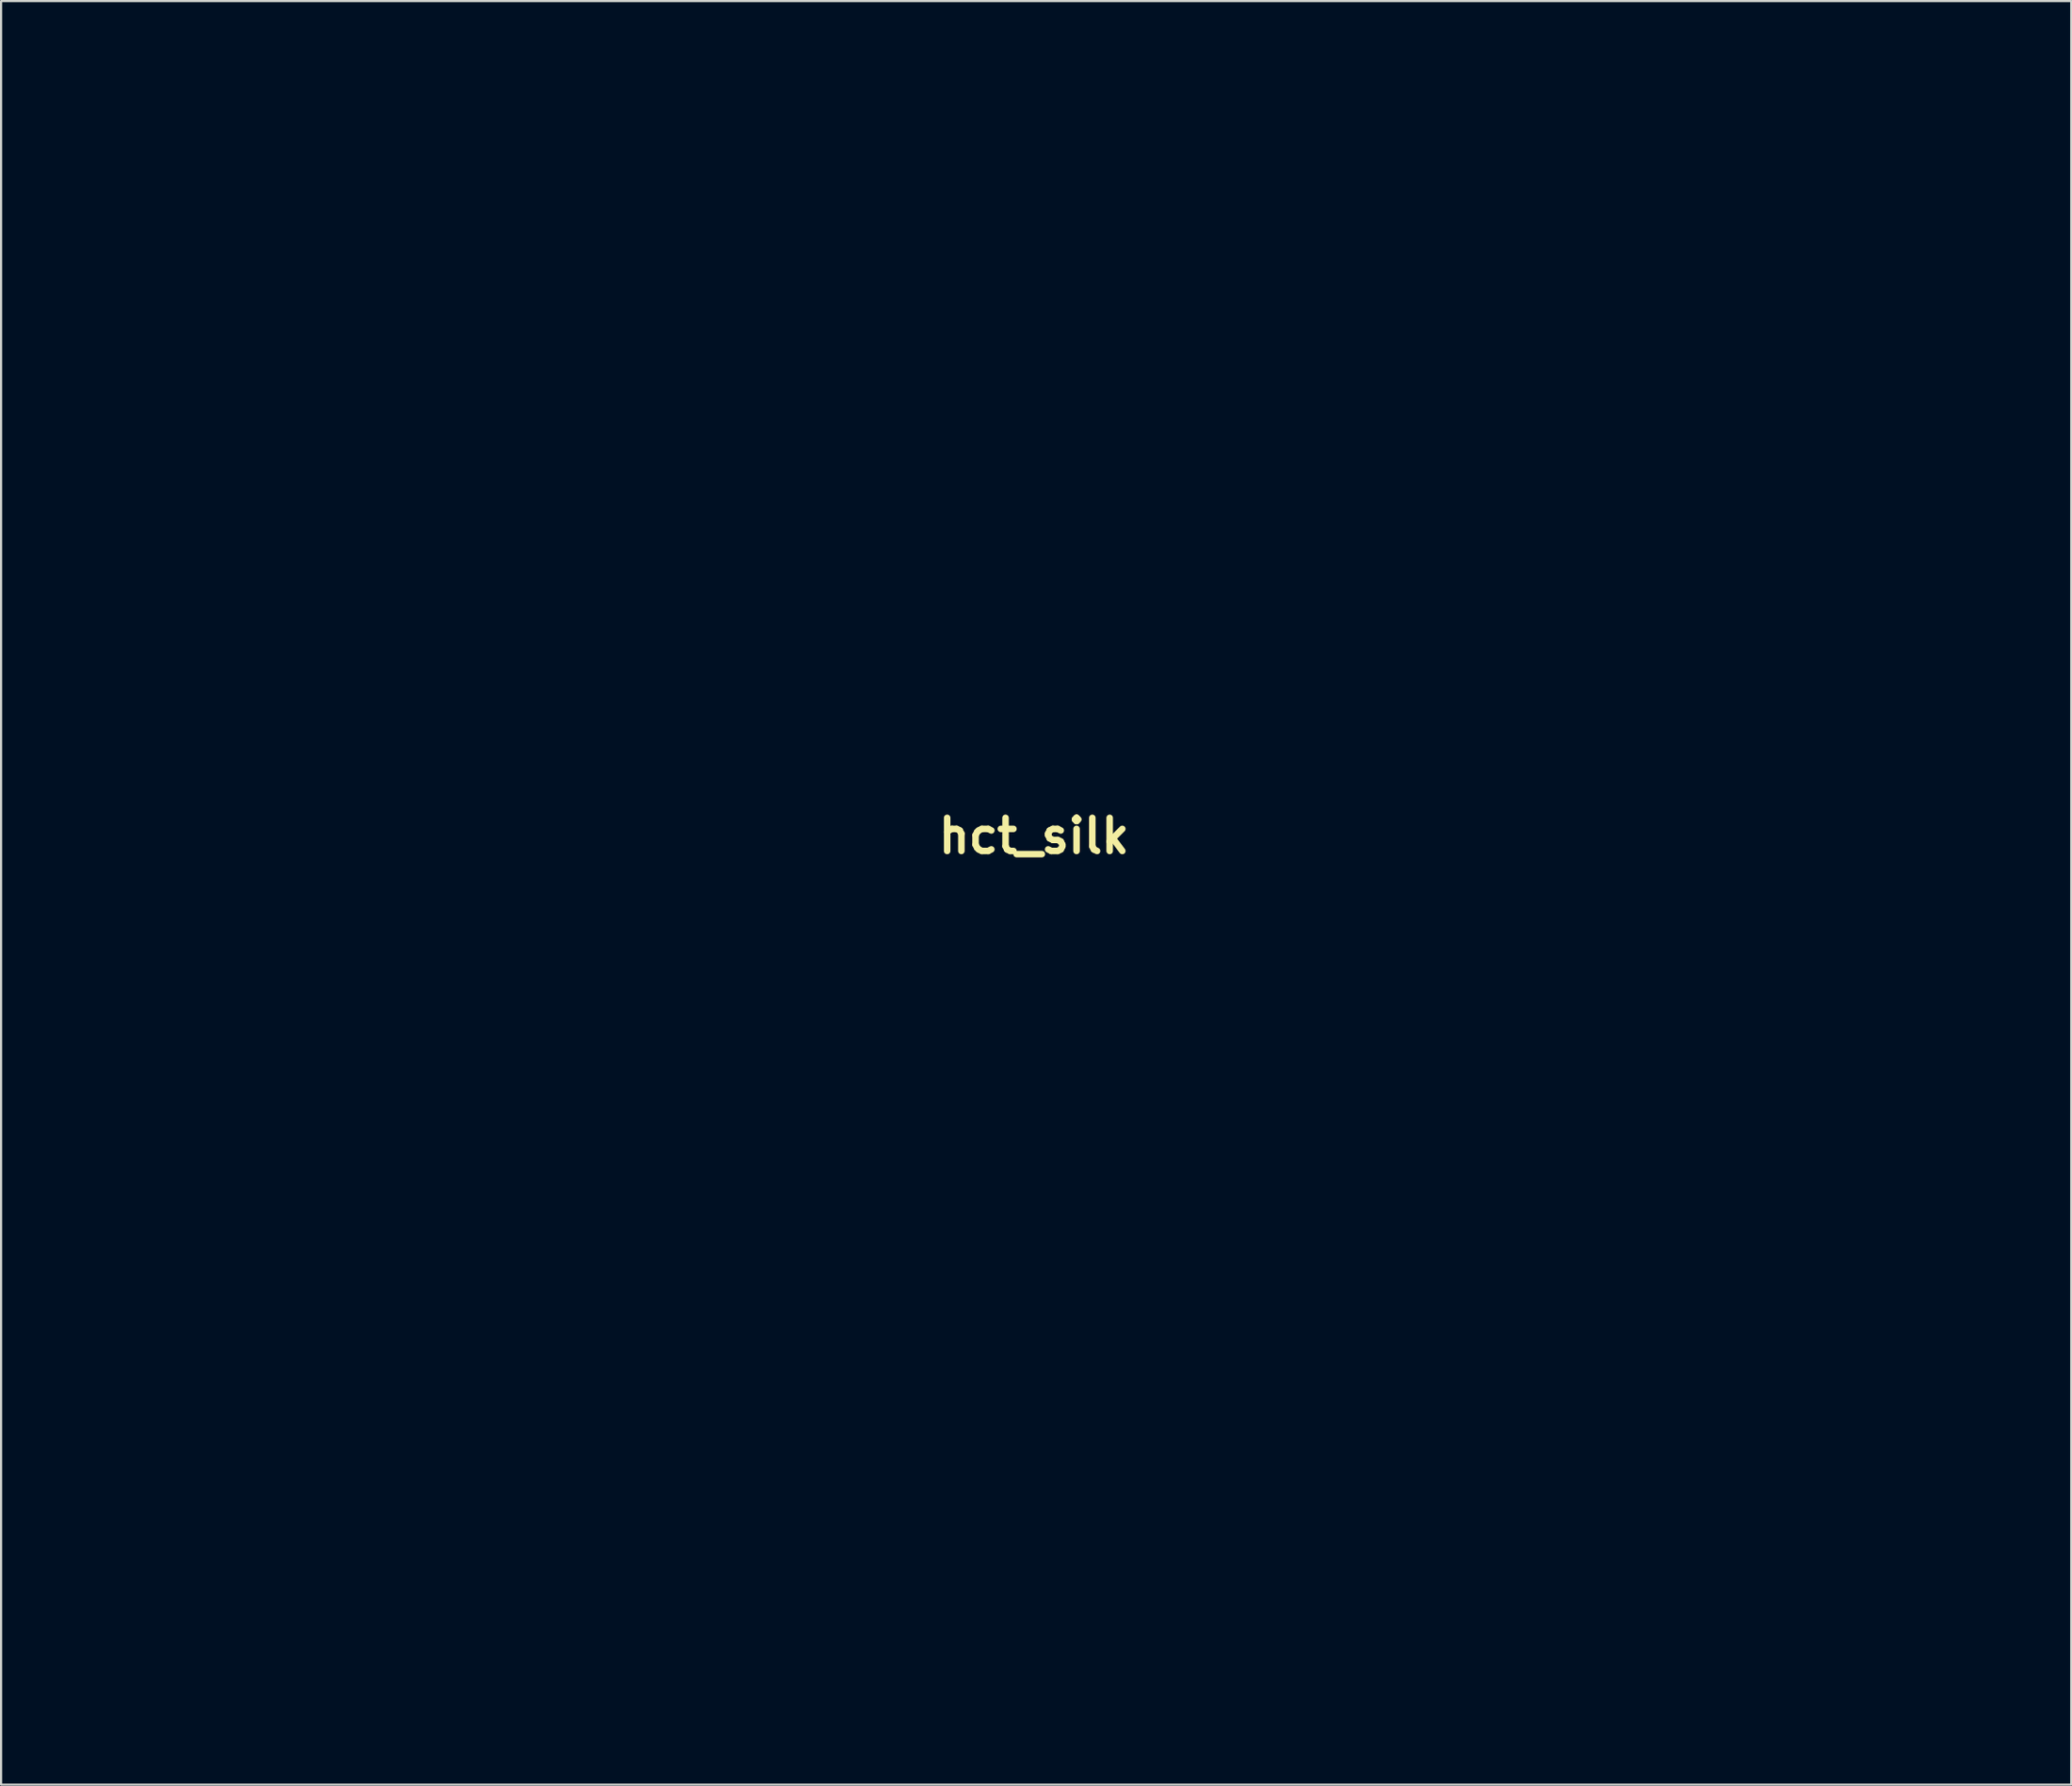
<source format=kicad_pcb>
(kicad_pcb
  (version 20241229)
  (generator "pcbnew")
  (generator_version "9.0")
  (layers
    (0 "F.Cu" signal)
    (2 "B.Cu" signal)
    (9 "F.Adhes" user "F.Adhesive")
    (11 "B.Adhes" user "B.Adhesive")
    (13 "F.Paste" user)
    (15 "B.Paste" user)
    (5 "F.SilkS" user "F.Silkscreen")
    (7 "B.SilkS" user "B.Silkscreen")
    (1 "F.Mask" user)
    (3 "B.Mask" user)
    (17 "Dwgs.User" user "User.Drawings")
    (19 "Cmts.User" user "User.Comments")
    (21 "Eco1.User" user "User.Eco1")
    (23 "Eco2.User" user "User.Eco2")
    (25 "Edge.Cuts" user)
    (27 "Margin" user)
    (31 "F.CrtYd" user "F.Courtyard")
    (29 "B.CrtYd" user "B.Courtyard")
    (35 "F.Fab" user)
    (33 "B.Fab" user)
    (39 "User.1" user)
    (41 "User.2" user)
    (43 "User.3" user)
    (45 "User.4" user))
  (footprint "hct_silk"
    (layer "F.Cu")
    (at 44.506 35.414)
    (property "Reference" "hct_silk" (at 0 0 0) (layer "F.SilkS") (effects (font (size 1.524 1.524) (thickness 0.3))))
    (attr through_hole)
    (fp_poly (pts (xy -44.298 38.303) (xy -44.399 38.405) (xy -44.501 38.303) (xy -44.399 38.202) (xy -44.298 38.303)) (stroke (width 0.01) (type solid)) (fill yes) (layer "F.Mask"))
    (fp_poly (pts (xy -43.078 38.303) (xy -43.18 38.405) (xy -43.282 38.303) (xy -43.18 38.202) (xy -43.078 38.303)) (stroke (width 0.01) (type solid)) (fill yes) (layer "F.Mask"))
    (fp_poly (pts (xy -42.266 38.913) (xy -42.367 39.014) (xy -42.469 38.913) (xy -42.367 38.811) (xy -42.266 38.913)) (stroke (width 0.01) (type solid)) (fill yes) (layer "F.Mask"))
    (fp_poly (pts (xy -21.946 24.689) (xy -22.047 24.79) (xy -22.149 24.689) (xy -22.047 24.587) (xy -21.946 24.689)) (stroke (width 0.01) (type solid)) (fill yes) (layer "F.Mask"))
    (fp_poly (pts (xy -10.77 8.636) (xy -10.871 8.738) (xy -10.973 8.636) (xy -10.871 8.534) (xy -10.77 8.636)) (stroke (width 0.01) (type solid)) (fill yes) (layer "F.Mask"))
    (fp_poly (pts (xy -10.566 9.042) (xy -10.668 9.144) (xy -10.77 9.042) (xy -10.668 8.941) (xy -10.566 9.042)) (stroke (width 0.01) (type solid)) (fill yes) (layer "F.Mask"))
    (fp_poly (pts (xy -10.363 9.449) (xy -10.465 9.55) (xy -10.566 9.449) (xy -10.465 9.347) (xy -10.363 9.449)) (stroke (width 0.01) (type solid)) (fill yes) (layer "F.Mask"))
    (fp_poly (pts (xy -7.722 23.876) (xy -7.823 23.978) (xy -7.925 23.876) (xy -7.823 23.774) (xy -7.722 23.876)) (stroke (width 0.01) (type solid)) (fill yes) (layer "F.Mask"))
    (fp_poly (pts (xy 6.299 20.422) (xy 6.198 20.523) (xy 6.096 20.422) (xy 6.198 20.32) (xy 6.299 20.422)) (stroke (width 0.01) (type solid)) (fill yes) (layer "F.Mask"))
    (fp_poly (pts (xy 18.898 -18.694) (xy 17.069 -18.694) (xy 17.069 -28.448) (xy 18.898 -28.448) (xy 18.898 -18.694)) (stroke (width 0.01) (type solid)) (fill yes) (layer "F.Mask"))
    (fp_poly (pts (xy -10.228 9.821) (xy -10.203 10.062) (xy -10.228 10.092) (xy -10.349 10.064) (xy -10.363 9.957) (xy -10.289 9.79) (xy -10.228 9.821)) (stroke (width 0.01) (type solid)) (fill yes) (layer "F.Mask"))
    (fp_poly (pts (xy 6.841 7.18) (xy 6.865 7.421) (xy 6.841 7.451) (xy 6.72 7.423) (xy 6.706 7.315) (xy 6.78 7.148) (xy 6.841 7.18)) (stroke (width 0.01) (type solid)) (fill yes) (layer "F.Mask"))
    (fp_poly (pts (xy 13.139 18.034) (xy 13.166 18.45) (xy 13.139 18.542) (xy 13.065 18.568) (xy 13.037 18.288) (xy 13.069 18) (xy 13.139 18.034)) (stroke (width 0.01) (type solid)) (fill yes) (layer "F.Mask"))
    (fp_poly (pts (xy 13.343 19.05) (xy 13.369 19.466) (xy 13.343 19.558) (xy 13.268 19.584) (xy 13.24 19.304) (xy 13.272 19.016) (xy 13.343 19.05)) (stroke (width 0.01) (type solid)) (fill yes) (layer "F.Mask"))
    (fp_poly (pts (xy 13.547 20.388) (xy 13.571 20.629) (xy 13.547 20.659) (xy 13.426 20.631) (xy 13.411 20.523) (xy 13.486 20.356) (xy 13.547 20.388)) (stroke (width 0.01) (type solid)) (fill yes) (layer "F.Mask"))
    (fp_poly (pts (xy 13.952 22.708) (xy 13.979 23.124) (xy 13.952 23.216) (xy 13.878 23.241) (xy 13.85 22.962) (xy 13.882 22.673) (xy 13.952 22.708)) (stroke (width 0.01) (type solid)) (fill yes) (layer "F.Mask"))
    (fp_poly (pts (xy -44.126 38.69) (xy -43.908 38.895) (xy -43.952 39.012) (xy -43.981 39.014) (xy -44.153 38.87) (xy -44.215 38.78) (xy -44.239 38.641) (xy -44.126 38.69)) (stroke (width 0.01) (type solid)) (fill yes) (layer "F.Mask"))
    (fp_poly (pts (xy -11.43 7.804) (xy -11.046 8.164) (xy -10.991 8.321) (xy -11.043 8.331) (xy -11.209 8.194) (xy -11.5 7.874) (xy -11.887 7.417) (xy -11.43 7.804)) (stroke (width 0.01) (type solid)) (fill yes) (layer "F.Mask"))
    (fp_poly (pts (xy 6.284 12.782) (xy 6.461 13.014) (xy 6.631 13.349) (xy 6.555 13.371) (xy 6.295 13.101) (xy 6.122 12.811) (xy 6.126 12.704) (xy 6.284 12.782)) (stroke (width 0.01) (type solid)) (fill yes) (layer "F.Mask"))
    (fp_poly (pts (xy -41.366 39.497) (xy -41.296 39.662) (xy -41.531 39.939) (xy -41.874 39.853) (xy -42.02 39.717) (xy -42.15 39.503) (xy -41.962 39.427) (xy -41.749 39.421) (xy -41.366 39.497)) (stroke (width 0.01) (type solid)) (fill yes) (layer "F.Mask"))
    (fp_poly (pts (xy -14.834 27.628) (xy -14.994 27.861) (xy -15.291 28.064) (xy -15.601 28.217) (xy -15.608 28.156) (xy -15.361 27.868) (xy -15.021 27.516) (xy -14.866 27.461) (xy -14.834 27.628)) (stroke (width 0.01) (type solid)) (fill yes) (layer "F.Mask"))
    (fp_poly (pts (xy -13.922 26.561) (xy -14.068 26.822) (xy -14.336 27.14) (xy -14.508 27.229) (xy -14.529 27.105) (xy -14.326 26.822) (xy -14.031 26.523) (xy -13.886 26.416) (xy -13.922 26.561)) (stroke (width 0.01) (type solid)) (fill yes) (layer "F.Mask"))
    (fp_poly (pts (xy 6.836 6.116) (xy 6.846 6.151) (xy 6.876 6.593) (xy 6.839 6.76) (xy 6.772 6.767) (xy 6.745 6.449) (xy 6.745 6.401) (xy 6.775 6.086) (xy 6.836 6.116)) (stroke (width 0.01) (type solid)) (fill yes) (layer "F.Mask"))
    (fp_poly (pts (xy 7.286 9.495) (xy 7.315 9.64) (xy 7.209 9.918) (xy 7.112 9.957) (xy 6.915 9.811) (xy 6.909 9.766) (xy 7.057 9.49) (xy 7.112 9.449) (xy 7.286 9.495)) (stroke (width 0.01) (type solid)) (fill yes) (layer "F.Mask"))
    (fp_poly (pts (xy 10.503 -3.12) (xy 10.465 -3.048) (xy 10.273 -2.854) (xy 10.238 -2.845) (xy 10.224 -2.976) (xy 10.262 -3.048) (xy 10.453 -3.242) (xy 10.489 -3.251) (xy 10.503 -3.12)) (stroke (width 0.01) (type solid)) (fill yes) (layer "F.Mask"))
    (fp_poly (pts (xy 13.745 21.559) (xy 13.755 21.594) (xy 13.785 22.036) (xy 13.748 22.203) (xy 13.681 22.21) (xy 13.654 21.892) (xy 13.654 21.844) (xy 13.683 21.529) (xy 13.745 21.559)) (stroke (width 0.01) (type solid)) (fill yes) (layer "F.Mask"))
    (fp_poly (pts (xy 33.528 9.34) (xy 33.368 9.573) (xy 33.071 9.776) (xy 32.761 9.929) (xy 32.753 9.868) (xy 33.001 9.58) (xy 33.34 9.228) (xy 33.496 9.173) (xy 33.528 9.34)) (stroke (width 0.01) (type solid)) (fill yes) (layer "F.Mask"))
    (fp_poly (pts (xy 34.44 8.273) (xy 34.294 8.534) (xy 34.025 8.852) (xy 33.854 8.941) (xy 33.833 8.817) (xy 34.036 8.534) (xy 34.331 8.235) (xy 34.476 8.128) (xy 34.44 8.273)) (stroke (width 0.01) (type solid)) (fill yes) (layer "F.Mask"))
    (fp_poly (pts (xy -43.989 -12.741) (xy -44.044 -12.487) (xy -44.115 -12.344) (xy -44.354 -11.914) (xy -44.467 -11.841) (xy -44.5 -12.115) (xy -44.501 -12.26) (xy -44.399 -12.696) (xy -44.189 -12.802) (xy -43.989 -12.741)) (stroke (width 0.01) (type solid)) (fill yes) (layer "F.Mask"))
    (fp_poly (pts (xy 5.833 16.177) (xy 5.706 16.335) (xy 5.283 16.723) (xy 4.995 16.91) (xy 4.707 17.046) (xy 4.733 16.945) (xy 4.86 16.786) (xy 5.284 16.399) (xy 5.571 16.212) (xy 5.86 16.075) (xy 5.833 16.177)) (stroke (width 0.01) (type solid)) (fill yes) (layer "F.Mask"))
    (fp_poly (pts (xy 17.438 11.681) (xy 17.386 11.86) (xy 17.117 12.111) (xy 16.777 12.321) (xy 16.561 12.382) (xy 16.553 12.274) (xy 16.804 12.01) (xy 16.844 11.977) (xy 17.211 11.727) (xy 17.434 11.677) (xy 17.438 11.681)) (stroke (width 0.01) (type solid)) (fill yes) (layer "F.Mask"))
    (fp_poly (pts (xy 25.197 -27.026) (xy 23.165 -27.026) (xy 23.165 -18.694) (xy 21.336 -18.694) (xy 21.336 -27.026) (xy 19.278 -27.026) (xy 19.342 -27.686) (xy 19.406 -28.346) (xy 22.301 -28.403) (xy 25.197 -28.459) (xy 25.197 -27.026)) (stroke (width 0.01) (type solid)) (fill yes) (layer "F.Mask"))
    (fp_poly (pts (xy 37.465 6.792) (xy 37.711 7.072) (xy 37.64 7.578) (xy 37.445 8.016) (xy 37.067 8.754) (xy 36.618 7.956) (xy 36.289 7.312) (xy 36.21 6.933) (xy 36.394 6.753) (xy 36.856 6.706) (xy 36.887 6.706) (xy 37.465 6.792)) (stroke (width 0.01) (type solid)) (fill yes) (layer "F.Mask"))
    (fp_poly (pts (xy -5.56 12.65) (xy -5.486 12.785) (xy -5.419 13.13) (xy -5.373 13.267) (xy -5.385 13.567) (xy -5.635 13.674) (xy -5.994 13.571) (xy -6.221 13.385) (xy -6.457 13.067) (xy -6.403 12.874) (xy -6.291 12.792) (xy -5.87 12.621) (xy -5.56 12.65)) (stroke (width 0.01) (type solid)) (fill yes) (layer "F.Mask"))
    (fp_poly (pts (xy 13.716 -23.08) (xy 13.773 -25.764) (xy 13.829 -28.448) (xy 15.646 -28.448) (xy 15.646 -18.694) (xy 13.919 -18.703) (xy 11.481 -24.238) (xy 11.424 -21.466) (xy 11.368 -18.694) (xy 9.55 -18.694) (xy 9.55 -28.448) (xy 10.44 -28.448) (xy 11.329 -28.448) (xy 13.716 -23.08)) (stroke (width 0.01) (type solid)) (fill yes) (layer "F.Mask"))
    (fp_poly (pts (xy -12.246 36.347) (xy -12.034 36.815) (xy -11.791 37.475) (xy -11.774 37.526) (xy -11.145 38.909) (xy -10.512 39.761) (xy -9.702 40.64) (xy -13.005 40.64) (xy -13.005 39.556) (xy -12.971 38.817) (xy -12.881 38.014) (xy -12.754 37.25) (xy -12.609 36.625) (xy -12.464 36.241) (xy -12.384 36.17) (xy -12.246 36.347)) (stroke (width 0.01) (type solid)) (fill yes) (layer "F.Mask"))
    (fp_poly (pts (xy 14.09 -35.23) (xy 14.207 -35.109) (xy 14.284 -34.826) (xy 14.332 -34.315) (xy 14.364 -33.509) (xy 14.383 -32.766) (xy 14.44 -30.277) (xy 13.399 -30.277) (xy 13.456 -32.766) (xy 13.484 -33.808) (xy 13.52 -34.511) (xy 13.576 -34.94) (xy 13.664 -35.163) (xy 13.798 -35.245) (xy 13.919 -35.255) (xy 14.09 -35.23)) (stroke (width 0.01) (type solid)) (fill yes) (layer "F.Mask"))
    (fp_poly (pts (xy -15.072 10.521) (xy -14.772 10.931) (xy -14.513 11.593) (xy -14.328 12.471) (xy -14.27 13.021) (xy -14.263 13.96) (xy -14.376 14.686) (xy -14.594 15.131) (xy -14.817 15.24) (xy -15.044 15.088) (xy -15.302 14.765) (xy -15.598 14.103) (xy -15.824 13.214) (xy -15.952 12.272) (xy -15.953 11.45) (xy -15.905 11.171) (xy -15.671 10.605) (xy -15.383 10.401) (xy -15.072 10.521)) (stroke (width 0.01) (type solid)) (fill yes) (layer "F.Mask"))
    (fp_poly (pts (xy 33.289 -7.767) (xy 33.59 -7.357) (xy 33.848 -6.695) (xy 34.034 -5.817) (xy 34.092 -5.267) (xy 34.099 -4.328) (xy 33.985 -3.602) (xy 33.767 -3.157) (xy 33.544 -3.048) (xy 33.318 -3.2) (xy 33.06 -3.523) (xy 32.764 -4.185) (xy 32.537 -5.074) (xy 32.409 -6.016) (xy 32.409 -6.838) (xy 32.457 -7.117) (xy 32.691 -7.683) (xy 32.979 -7.887) (xy 33.289 -7.767)) (stroke (width 0.01) (type solid)) (fill yes) (layer "F.Mask"))
    (fp_poly (pts (xy 17.049 -5.903) (xy 17.058 -5.899) (xy 17.521 -5.45) (xy 17.894 -4.719) (xy 18.149 -3.823) (xy 18.26 -2.881) (xy 18.2 -2.011) (xy 18.052 -1.534) (xy 17.716 -1.109) (xy 17.284 -1.074) (xy 16.773 -1.427) (xy 16.594 -1.623) (xy 16.159 -2.308) (xy 15.88 -3.089) (xy 15.749 -3.898) (xy 15.758 -4.664) (xy 15.9 -5.317) (xy 16.168 -5.788) (xy 16.554 -6.007) (xy 17.049 -5.903)) (stroke (width 0.01) (type solid)) (fill yes) (layer "F.Mask"))
    (fp_poly (pts (xy -17.901 14.129) (xy -17.805 14.203) (xy -17.506 14.627) (xy -17.28 15.282) (xy -17.131 16.074) (xy -17.064 16.913) (xy -17.082 17.706) (xy -17.189 18.361) (xy -17.389 18.786) (xy -17.611 18.898) (xy -17.867 18.727) (xy -18.148 18.3) (xy -18.224 18.136) (xy -18.457 17.382) (xy -18.603 16.503) (xy -18.655 15.623) (xy -18.607 14.869) (xy -18.452 14.366) (xy -18.429 14.333) (xy -18.158 14.067) (xy -17.901 14.129)) (stroke (width 0.01) (type solid)) (fill yes) (layer "F.Mask"))
    (fp_poly (pts (xy -3.888 -6.307) (xy -3.4 -5.824) (xy -2.932 -5.005) (xy -2.494 -3.665) (xy -2.449 -2.413) (xy -2.798 -1.237) (xy -2.94 -0.965) (xy -3.251 -0.434) (xy -3.471 -0.083) (xy -3.538 0) (xy -3.694 -0.132) (xy -4.002 -0.449) (xy -4.009 -0.457) (xy -4.547 -1.273) (xy -4.953 -2.338) (xy -5.197 -3.51) (xy -5.248 -4.645) (xy -5.096 -5.54) (xy -4.769 -6.173) (xy -4.356 -6.426) (xy -3.888 -6.307)) (stroke (width 0.01) (type solid)) (fill yes) (layer "F.Mask"))
    (fp_poly (pts (xy 5.173 -6.349) (xy 5.607 -6.015) (xy 6.014 -5.445) (xy 6.36 -4.676) (xy 6.611 -3.748) (xy 6.734 -2.699) (xy 6.741 -2.449) (xy 6.679 -1.373) (xy 6.482 -0.598) (xy 6.17 -0.147) (xy 5.763 -0.045) (xy 5.279 -0.314) (xy 5.135 -0.457) (xy 4.597 -1.273) (xy 4.191 -2.338) (xy 3.947 -3.51) (xy 3.896 -4.645) (xy 4.048 -5.54) (xy 4.36 -6.149) (xy 4.747 -6.406) (xy 5.173 -6.349)) (stroke (width 0.01) (type solid)) (fill yes) (layer "F.Mask"))
    (fp_poly (pts (xy 12.738 -2.121) (xy 13.241 -1.621) (xy 13.638 -0.848) (xy 13.903 0.073) (xy 14.009 1.019) (xy 13.929 1.863) (xy 13.704 2.393) (xy 13.413 2.741) (xy 13.132 2.801) (xy 12.832 2.703) (xy 12.529 2.413) (xy 12.205 1.841) (xy 11.908 1.108) (xy 11.686 0.335) (xy 11.586 -0.36) (xy 11.584 -0.435) (xy 11.674 -1.211) (xy 11.916 -1.804) (xy 12.261 -2.143) (xy 12.662 -2.158) (xy 12.738 -2.121)) (stroke (width 0.01) (type solid)) (fill yes) (layer "F.Mask"))
    (fp_poly (pts (xy 30.461 -4.159) (xy 30.556 -4.085) (xy 30.856 -3.661) (xy 31.082 -3.006) (xy 31.231 -2.214) (xy 31.298 -1.375) (xy 31.28 -0.582) (xy 31.173 0.073) (xy 30.973 0.498) (xy 30.751 0.61) (xy 30.495 0.439) (xy 30.214 0.012) (xy 30.137 -0.152) (xy 29.904 -0.906) (xy 29.758 -1.785) (xy 29.706 -2.665) (xy 29.754 -3.419) (xy 29.91 -3.922) (xy 29.932 -3.955) (xy 30.203 -4.221) (xy 30.461 -4.159)) (stroke (width 0.01) (type solid)) (fill yes) (layer "F.Mask"))
    (fp_poly (pts (xy -23.722 36.965) (xy -23.545 37.458) (xy -23.399 38.098) (xy -23.251 38.891) (xy -23.114 39.613) (xy -23.033 40.028) (xy -22.911 40.64) (xy -24.456 40.64) (xy -25.243 40.632) (xy -25.715 40.589) (xy -25.965 40.484) (xy -26.084 40.291) (xy -26.126 40.147) (xy -26.166 39.564) (xy -26.105 39.197) (xy -25.894 38.812) (xy -25.501 38.293) (xy -25.014 37.736) (xy -24.519 37.235) (xy -24.106 36.886) (xy -23.883 36.779) (xy -23.722 36.965)) (stroke (width 0.01) (type solid)) (fill yes) (layer "F.Mask"))
    (fp_poly (pts (xy -8.622 -1.488) (xy -8.163 -1.096) (xy -7.734 -0.386) (xy -7.424 0.447) (xy -7.198 1.501) (xy -7.128 2.547) (xy -7.203 3.492) (xy -7.417 4.241) (xy -7.762 4.702) (xy -7.785 4.717) (xy -8.11 4.858) (xy -8.381 4.73) (xy -8.58 4.521) (xy -9.116 3.692) (xy -9.538 2.626) (xy -9.811 1.464) (xy -9.904 0.345) (xy -9.783 -0.59) (xy -9.783 -0.591) (xy -9.471 -1.253) (xy -9.071 -1.547) (xy -8.622 -1.488)) (stroke (width 0.01) (type solid)) (fill yes) (layer "F.Mask"))
    (fp_poly (pts (xy 0.522 -1.488) (xy 0.981 -1.096) (xy 1.41 -0.386) (xy 1.72 0.447) (xy 1.946 1.501) (xy 2.016 2.547) (xy 1.941 3.492) (xy 1.727 4.241) (xy 1.382 4.702) (xy 1.359 4.717) (xy 1.034 4.858) (xy 0.763 4.73) (xy 0.564 4.521) (xy 0.028 3.692) (xy -0.394 2.626) (xy -0.667 1.464) (xy -0.76 0.345) (xy -0.639 -0.59) (xy -0.639 -0.591) (xy -0.327 -1.253) (xy 0.073 -1.547) (xy 0.522 -1.488)) (stroke (width 0.01) (type solid)) (fill yes) (layer "F.Mask"))
    (fp_poly (pts (xy 7.234 13.995) (xy 7.641 14.257) (xy 8.213 14.651) (xy 8.543 14.92) (xy 8.607 15.033) (xy 8.378 14.959) (xy 8.123 14.831) (xy 7.83 14.726) (xy 7.543 14.799) (xy 7.153 15.098) (xy 6.856 15.373) (xy 6.448 15.741) (xy 6.22 15.904) (xy 6.21 15.852) (xy 6.477 15.522) (xy 6.902 15.113) (xy 6.961 15.063) (xy 7.539 14.577) (xy 7.072 14.078) (xy 6.87 13.842) (xy 6.913 13.811) (xy 7.234 13.995)) (stroke (width 0.01) (type solid)) (fill yes) (layer "F.Mask"))
    (fp_poly (pts (xy 9.525 15.141) (xy 10.11 15.195) (xy 10.898 15.231) (xy 11.48 15.24) (xy 12.75 15.24) (xy 12.884 16.08) (xy 12.944 16.625) (xy 12.932 16.978) (xy 12.91 17.028) (xy 12.816 16.966) (xy 12.802 16.825) (xy 12.683 16.458) (xy 12.395 15.997) (xy 12.38 15.979) (xy 12.048 15.646) (xy 11.633 15.481) (xy 10.983 15.425) (xy 10.907 15.423) (xy 10.188 15.376) (xy 9.56 15.28) (xy 9.347 15.222) (xy 9.066 15.112) (xy 9.139 15.092) (xy 9.525 15.141)) (stroke (width 0.01) (type solid)) (fill yes) (layer "F.Mask"))
    (fp_poly (pts (xy 8.128 -20.148) (xy 7.607 -19.529) (xy 6.98 -19.018) (xy 6.163 -18.648) (xy 5.359 -18.508) (xy 5.283 -18.511) (xy 4.88 -18.577) (xy 4.337 -18.714) (xy 4.335 -18.714) (xy 3.771 -18.999) (xy 3.231 -19.452) (xy 3.166 -19.524) (xy 2.642 -20.148) (xy 2.642 -28.471) (xy 4.369 -28.346) (xy 4.479 -20.326) (xy 4.967 -20.203) (xy 5.368 -20.109) (xy 5.672 -20.085) (xy 5.893 -20.179) (xy 6.046 -20.438) (xy 6.148 -20.909) (xy 6.213 -21.639) (xy 6.256 -22.675) (xy 6.294 -24.063) (xy 6.299 -24.285) (xy 6.401 -28.346) (xy 8.128 -28.471) (xy 8.128 -20.148)) (stroke (width 0.01) (type solid)) (fill yes) (layer "F.Mask"))
    (fp_poly (pts (xy -6.973 -35.195) (xy -6.611 -34.7) (xy -6.464 -34.402) (xy -6.041 -33.447) (xy -5.708 -34.351) (xy -5.405 -34.984) (xy -5.067 -35.282) (xy -4.923 -35.32) (xy -4.627 -35.326) (xy -4.505 -35.19) (xy -4.559 -34.85) (xy -4.792 -34.242) (xy -4.978 -33.813) (xy -5.391 -32.525) (xy -5.486 -31.471) (xy -5.498 -30.804) (xy -5.559 -30.447) (xy -5.711 -30.303) (xy -5.994 -30.277) (xy -6.301 -30.312) (xy -6.451 -30.487) (xy -6.499 -30.91) (xy -6.502 -31.248) (xy -6.63 -32.217) (xy -6.992 -33.371) (xy -7.097 -33.628) (xy -7.371 -34.325) (xy -7.549 -34.877) (xy -7.599 -35.179) (xy -7.593 -35.197) (xy -7.317 -35.373) (xy -6.973 -35.195)) (stroke (width 0.01) (type solid)) (fill yes) (layer "F.Mask"))
    (fp_poly (pts (xy -28.049 8.669) (xy -27.608 9.044) (xy -26.974 9.612) (xy -26.196 10.327) (xy -25.321 11.145) (xy -24.398 12.019) (xy -23.475 12.904) (xy -22.599 13.753) (xy -21.818 14.521) (xy -21.182 15.162) (xy -20.737 15.63) (xy -20.531 15.88) (xy -20.523 15.902) (xy -20.571 16.19) (xy -20.695 16.74) (xy -20.834 17.295) (xy -21.007 18.069) (xy -21.192 19.064) (xy -21.355 20.098) (xy -21.393 20.372) (xy -21.641 22.25) (xy -22.075 21.641) (xy -22.766 20.597) (xy -23.568 19.266) (xy -24.435 17.735) (xy -25.318 16.091) (xy -26.172 14.422) (xy -26.95 12.814) (xy -27.604 11.355) (xy -27.611 11.339) (xy -28.084 10.159) (xy -28.359 9.312) (xy -28.438 8.782) (xy -28.326 8.549) (xy -28.249 8.534) (xy -28.049 8.669)) (stroke (width 0.01) (type solid)) (fill yes) (layer "F.Mask"))
    (fp_poly (pts (xy -15.003 -28.409) (xy -14.157 -28.346) (xy -13.143 -25.959) (xy -12.753 -25.061) (xy -12.413 -24.318) (xy -12.157 -23.799) (xy -12.017 -23.576) (xy -12.008 -23.572) (xy -11.89 -23.749) (xy -11.654 -24.234) (xy -11.331 -24.955) (xy -10.955 -25.842) (xy -10.886 -26.01) (xy -9.884 -28.448) (xy -8.128 -28.448) (xy -8.128 -18.694) (xy -9.945 -18.694) (xy -10.002 -21.366) (xy -10.058 -24.037) (xy -10.793 -22.229) (xy -11.161 -21.363) (xy -11.442 -20.812) (xy -11.683 -20.507) (xy -11.929 -20.378) (xy -12.012 -20.364) (xy -12.249 -20.372) (xy -12.451 -20.507) (xy -12.663 -20.832) (xy -12.931 -21.416) (xy -13.247 -22.193) (xy -13.997 -24.079) (xy -14.009 -21.387) (xy -14.021 -18.694) (xy -15.85 -18.694) (xy -15.85 -28.471) (xy -15.003 -28.409)) (stroke (width 0.01) (type solid)) (fill yes) (layer "F.Mask"))
    (fp_poly (pts (xy -12.8 -35.311) (xy -11.875 -35.119) (xy -11.289 -34.736) (xy -11.009 -34.134) (xy -10.973 -33.714) (xy -11.065 -33.075) (xy -11.398 -32.618) (xy -11.508 -32.527) (xy -11.992 -32.232) (xy -12.415 -32.106) (xy -12.423 -32.106) (xy -12.661 -32.036) (xy -12.774 -31.76) (xy -12.802 -31.191) (xy -12.823 -30.627) (xy -12.926 -30.36) (xy -13.173 -30.28) (xy -13.31 -30.277) (xy -13.818 -30.277) (xy -13.818 -33.746) (xy -12.802 -33.746) (xy -12.77 -33.21) (xy -12.638 -32.97) (xy -12.383 -32.918) (xy -12.111 -32.976) (xy -12.012 -33.225) (xy -12.027 -33.679) (xy -12.152 -34.258) (xy -12.417 -34.5) (xy -12.446 -34.506) (xy -12.677 -34.478) (xy -12.781 -34.214) (xy -12.802 -33.746) (xy -13.818 -33.746) (xy -13.818 -35.409) (xy -12.8 -35.311)) (stroke (width 0.01) (type solid)) (fill yes) (layer "F.Mask"))
    (fp_poly (pts (xy -9.548 -35.311) (xy -8.624 -35.119) (xy -8.038 -34.736) (xy -7.758 -34.134) (xy -7.722 -33.714) (xy -7.813 -33.075) (xy -8.147 -32.618) (xy -8.257 -32.527) (xy -8.74 -32.232) (xy -9.164 -32.106) (xy -9.171 -32.106) (xy -9.41 -32.036) (xy -9.523 -31.76) (xy -9.55 -31.191) (xy -9.571 -30.627) (xy -9.675 -30.36) (xy -9.921 -30.28) (xy -10.058 -30.277) (xy -10.566 -30.277) (xy -10.566 -33.746) (xy -9.55 -33.746) (xy -9.519 -33.21) (xy -9.387 -32.97) (xy -9.132 -32.918) (xy -8.859 -32.976) (xy -8.761 -33.225) (xy -8.776 -33.679) (xy -8.901 -34.258) (xy -9.166 -34.5) (xy -9.195 -34.506) (xy -9.425 -34.478) (xy -9.529 -34.214) (xy -9.55 -33.746) (xy -10.566 -33.746) (xy -10.566 -35.409) (xy -9.548 -35.311)) (stroke (width 0.01) (type solid)) (fill yes) (layer "F.Mask"))
    (fp_poly (pts (xy -5.656 -28.409) (xy -4.81 -28.346) (xy -3.796 -25.959) (xy -3.406 -25.061) (xy -3.066 -24.318) (xy -2.809 -23.799) (xy -2.67 -23.576) (xy -2.661 -23.572) (xy -2.543 -23.749) (xy -2.307 -24.234) (xy -1.984 -24.955) (xy -1.608 -25.842) (xy -1.538 -26.01) (xy -0.537 -28.448) (xy 1.219 -28.448) (xy 1.219 -18.694) (xy -0.598 -18.694) (xy -0.655 -21.366) (xy -0.711 -24.037) (xy -1.446 -22.229) (xy -1.814 -21.363) (xy -2.095 -20.812) (xy -2.336 -20.507) (xy -2.582 -20.378) (xy -2.665 -20.364) (xy -2.901 -20.372) (xy -3.103 -20.507) (xy -3.316 -20.832) (xy -3.584 -21.416) (xy -3.9 -22.193) (xy -4.65 -24.079) (xy -4.662 -21.387) (xy -4.674 -18.694) (xy -6.502 -18.694) (xy -6.502 -28.471) (xy -5.656 -28.409)) (stroke (width 0.01) (type solid)) (fill yes) (layer "F.Mask"))
    (fp_poly (pts (xy 15.701 -35.193) (xy 15.945 -34.955) (xy 16.209 -34.462) (xy 16.431 -33.942) (xy 16.967 -32.629) (xy 17.069 -33.942) (xy 17.14 -34.658) (xy 17.235 -35.057) (xy 17.39 -35.226) (xy 17.577 -35.255) (xy 17.748 -35.23) (xy 17.865 -35.109) (xy 17.942 -34.826) (xy 17.99 -34.315) (xy 18.022 -33.509) (xy 18.04 -32.766) (xy 18.097 -30.277) (xy 17.612 -30.277) (xy 17.326 -30.339) (xy 17.07 -30.576) (xy 16.783 -31.063) (xy 16.505 -31.648) (xy 15.883 -33.02) (xy 15.866 -31.648) (xy 15.849 -30.922) (xy 15.797 -30.511) (xy 15.675 -30.327) (xy 15.447 -30.278) (xy 15.335 -30.277) (xy 14.821 -30.277) (xy 14.878 -32.766) (xy 14.905 -33.806) (xy 14.937 -34.506) (xy 14.989 -34.934) (xy 15.077 -35.157) (xy 15.214 -35.242) (xy 15.414 -35.255) (xy 15.415 -35.255) (xy 15.701 -35.193)) (stroke (width 0.01) (type solid)) (fill yes) (layer "F.Mask"))
    (fp_poly (pts (xy 32.105 -32.482) (xy 32.564 -32.406) (xy 32.715 -32.311) (xy 32.641 -32.069) (xy 32.433 -31.513) (xy 32.117 -30.704) (xy 31.715 -29.701) (xy 31.251 -28.567) (xy 31.191 -28.421) (xy 29.667 -24.732) (xy 29.667 -18.694) (xy 27.026 -18.694) (xy 27.026 -24.529) (xy 25.484 -28.267) (xy 25.006 -29.427) (xy 24.576 -30.467) (xy 24.222 -31.326) (xy 23.968 -31.942) (xy 23.84 -32.252) (xy 23.833 -32.268) (xy 23.864 -32.409) (xy 24.149 -32.477) (xy 24.751 -32.484) (xy 25.093 -32.471) (xy 26.464 -32.41) (xy 27.335 -29.907) (xy 27.665 -28.968) (xy 27.95 -28.177) (xy 28.163 -27.608) (xy 28.277 -27.336) (xy 28.284 -27.325) (xy 28.375 -27.476) (xy 28.569 -27.946) (xy 28.84 -28.667) (xy 29.163 -29.572) (xy 29.269 -29.878) (xy 30.175 -32.511) (xy 31.445 -32.511) (xy 32.105 -32.482)) (stroke (width 0.01) (type solid)) (fill yes) (layer "F.Mask"))
    (fp_poly (pts (xy -15.451 -35.048) (xy -15.176 -34.466) (xy -14.864 -33.519) (xy -14.499 -32.196) (xy -14.152 -30.836) (xy -14.096 -30.436) (xy -14.264 -30.292) (xy -14.511 -30.277) (xy -14.925 -30.394) (xy -15.073 -30.734) (xy -15.217 -31.071) (xy -15.596 -31.187) (xy -15.748 -31.191) (xy -16.208 -31.119) (xy -16.401 -30.847) (xy -16.423 -30.734) (xy -16.603 -30.368) (xy -16.981 -30.277) (xy -17.354 -30.33) (xy -17.468 -30.429) (xy -17.412 -30.674) (xy -17.267 -31.227) (xy -17.054 -32.006) (xy -16.999 -32.203) (xy -15.997 -32.203) (xy -15.772 -32.106) (xy -15.498 -32.232) (xy -15.463 -32.36) (xy -15.53 -32.739) (xy -15.645 -33.113) (xy -15.761 -33.358) (xy -15.829 -33.349) (xy -15.832 -33.325) (xy -15.902 -32.884) (xy -15.978 -32.563) (xy -15.997 -32.203) (xy -16.999 -32.203) (xy -16.798 -32.918) (xy -16.481 -33.976) (xy -16.203 -34.73) (xy -15.949 -35.168) (xy -15.703 -35.278) (xy -15.451 -35.048)) (stroke (width 0.01) (type solid)) (fill yes) (layer "F.Mask"))
    (fp_poly (pts (xy -1.892 9.848) (xy -1.873 10.192) (xy -1.912 10.437) (xy -1.954 10.868) (xy -1.841 11.209) (xy -1.509 11.593) (xy -1.213 11.869) (xy -0.645 12.333) (xy -0.108 12.694) (xy 0.125 12.811) (xy 1.126 12.992) (xy 2.269 12.873) (xy 3.456 12.479) (xy 4.588 11.837) (xy 5.008 11.512) (xy 5.501 11.121) (xy 5.767 11.011) (xy 5.875 11.184) (xy 5.893 11.532) (xy 5.696 12.101) (xy 5.124 12.702) (xy 4.205 13.313) (xy 3.396 13.721) (xy 2.036 14.205) (xy 0.854 14.331) (xy -0.018 14.158) (xy -0.624 13.87) (xy -1.274 13.468) (xy -1.849 13.035) (xy -2.228 12.657) (xy -2.302 12.533) (xy -2.468 12.47) (xy -2.706 12.7) (xy -3.008 12.965) (xy -3.245 12.885) (xy -3.3 12.587) (xy -3.207 12.049) (xy -3.008 11.388) (xy -2.746 10.717) (xy -2.464 10.152) (xy -2.203 9.807) (xy -2.087 9.754) (xy -1.892 9.848)) (stroke (width 0.01) (type solid)) (fill yes) (layer "F.Mask"))
    (fp_poly (pts (xy 6.397 -34.996) (xy 6.59 -34.834) (xy 6.776 -34.435) (xy 6.892 -33.764) (xy 6.937 -32.942) (xy 6.914 -32.092) (xy 6.822 -31.336) (xy 6.663 -30.795) (xy 6.553 -30.637) (xy 5.835 -30.24) (xy 5.048 -30.243) (xy 4.855 -30.302) (xy 4.366 -30.633) (xy 4.093 -31.005) (xy 3.947 -31.578) (xy 3.875 -32.385) (xy 3.877 -32.724) (xy 4.877 -32.724) (xy 4.893 -31.909) (xy 4.961 -31.42) (xy 5.115 -31.175) (xy 5.384 -31.094) (xy 5.52 -31.09) (xy 5.707 -31.133) (xy 5.819 -31.317) (xy 5.875 -31.723) (xy 5.892 -32.431) (xy 5.893 -32.703) (xy 5.86 -33.663) (xy 5.753 -34.249) (xy 5.56 -34.488) (xy 5.27 -34.407) (xy 5.173 -34.333) (xy 4.986 -33.989) (xy 4.892 -33.316) (xy 4.877 -32.724) (xy 3.877 -32.724) (xy 3.879 -33.261) (xy 3.96 -34.041) (xy 4.06 -34.433) (xy 4.453 -34.959) (xy 5.058 -35.242) (xy 5.748 -35.261) (xy 6.397 -34.996)) (stroke (width 0.01) (type solid)) (fill yes) (layer "F.Mask"))
    (fp_poly (pts (xy -18.118 30.828) (xy -17.96 30.987) (xy -17.835 31.295) (xy -17.728 31.797) (xy -17.624 32.542) (xy -17.506 33.573) (xy -17.359 34.939) (xy -17.27 35.763) (xy -17.106 37.264) (xy -16.976 38.406) (xy -16.869 39.235) (xy -16.777 39.797) (xy -16.687 40.135) (xy -16.589 40.297) (xy -16.473 40.328) (xy -16.328 40.272) (xy -16.235 40.222) (xy -15.768 40.094) (xy -15.386 40.18) (xy -15.24 40.43) (xy -15.419 40.557) (xy -15.87 40.627) (xy -16.462 40.643) (xy -17.065 40.608) (xy -17.547 40.522) (xy -17.779 40.389) (xy -17.78 40.386) (xy -17.868 40.09) (xy -18.03 39.499) (xy -18.241 38.71) (xy -18.386 38.162) (xy -18.711 37.022) (xy -19.112 35.754) (xy -19.516 34.59) (xy -19.611 34.334) (xy -20.068 32.987) (xy -20.29 31.956) (xy -20.277 31.246) (xy -20.164 30.988) (xy -19.891 30.873) (xy -19.353 30.798) (xy -18.948 30.783) (xy -18.597 30.773) (xy -18.325 30.772) (xy -18.118 30.828)) (stroke (width 0.01) (type solid)) (fill yes) (layer "F.Mask"))
    (fp_poly (pts (xy -36.908 21.23) (xy -36.636 21.755) (xy -36.291 22.675) (xy -36.28 22.708) (xy -35.982 23.777) (xy -35.693 25.212) (xy -35.411 27.027) (xy -35.252 28.239) (xy -35.013 30.089) (xy -34.79 31.629) (xy -34.563 32.957) (xy -34.312 34.167) (xy -34.018 35.357) (xy -33.661 36.62) (xy -33.303 37.795) (xy -33.008 38.754) (xy -32.763 39.571) (xy -32.591 40.169) (xy -32.514 40.471) (xy -32.512 40.488) (xy -32.7 40.553) (xy -33.207 40.605) (xy -33.943 40.635) (xy -34.442 40.64) (xy -35.341 40.633) (xy -35.908 40.604) (xy -36.219 40.535) (xy -36.349 40.413) (xy -36.373 40.247) (xy -36.445 39.767) (xy -36.592 39.282) (xy -36.659 38.91) (xy -36.722 38.177) (xy -36.781 37.129) (xy -36.832 35.812) (xy -36.873 34.271) (xy -36.896 33.02) (xy -36.927 31.358) (xy -36.97 29.665) (xy -37.022 28.033) (xy -37.079 26.552) (xy -37.138 25.314) (xy -37.186 24.554) (xy -37.273 23.093) (xy -37.289 22.031) (xy -37.234 21.367) (xy -37.107 21.101) (xy -36.908 21.23)) (stroke (width 0.01) (type solid)) (fill yes) (layer "F.Mask"))
    (fp_poly (pts (xy 20.811 -35.122) (xy 21.308 -34.748) (xy 21.535 -34.212) (xy 21.539 -34.123) (xy 21.405 -33.806) (xy 21.084 -33.744) (xy 20.7 -33.932) (xy 20.474 -34.186) (xy 20.219 -34.49) (xy 19.984 -34.47) (xy 19.832 -34.357) (xy 19.647 -34.114) (xy 19.554 -33.711) (xy 19.537 -33.05) (xy 19.55 -32.633) (xy 19.592 -31.877) (xy 19.662 -31.436) (xy 19.791 -31.22) (xy 20.01 -31.135) (xy 20.066 -31.126) (xy 20.388 -31.142) (xy 20.51 -31.39) (xy 20.523 -31.685) (xy 20.443 -32.166) (xy 20.203 -32.309) (xy 19.96 -32.46) (xy 19.951 -32.664) (xy 20.168 -32.942) (xy 20.717 -33.077) (xy 20.779 -33.083) (xy 21.539 -33.146) (xy 21.539 -32.048) (xy 21.486 -31.264) (xy 21.311 -30.783) (xy 21.184 -30.637) (xy 20.465 -30.24) (xy 19.679 -30.243) (xy 19.486 -30.302) (xy 18.973 -30.646) (xy 18.653 -31.263) (xy 18.506 -32.195) (xy 18.491 -32.712) (xy 18.553 -33.784) (xy 18.754 -34.524) (xy 19.117 -34.988) (xy 19.445 -35.169) (xy 20.154 -35.281) (xy 20.811 -35.122)) (stroke (width 0.01) (type solid)) (fill yes) (layer "F.Mask"))
    (fp_poly (pts (xy -0.791 -35.204) (xy -0.447 -35.013) (xy -0.004 -34.572) (xy 0.178 -34.154) (xy 0.087 -33.845) (xy -0.267 -33.731) (xy -0.722 -33.879) (xy -0.876 -34.155) (xy -1.1 -34.468) (xy -1.427 -34.489) (xy -1.708 -34.244) (xy -1.791 -33.993) (xy -1.753 -33.686) (xy -1.488 -33.415) (xy -0.918 -33.101) (xy -0.876 -33.081) (xy -0.294 -32.772) (xy 0.01 -32.489) (xy 0.136 -32.117) (xy 0.163 -31.887) (xy 0.059 -31.104) (xy -0.346 -30.522) (xy -0.976 -30.208) (xy -1.727 -30.222) (xy -2.261 -30.454) (xy -2.64 -30.804) (xy -2.829 -31.186) (xy -2.79 -31.509) (xy -2.487 -31.687) (xy -2.337 -31.699) (xy -1.928 -31.593) (xy -1.829 -31.394) (xy -1.652 -31.149) (xy -1.321 -31.09) (xy -0.948 -31.162) (xy -0.82 -31.463) (xy -0.813 -31.655) (xy -0.872 -32.034) (xy -1.118 -32.285) (xy -1.655 -32.512) (xy -1.672 -32.518) (xy -2.327 -32.836) (xy -2.681 -33.264) (xy -2.732 -33.389) (xy -2.792 -34.07) (xy -2.537 -34.656) (xy -2.058 -35.083) (xy -1.446 -35.287) (xy -0.791 -35.204)) (stroke (width 0.01) (type solid)) (fill yes) (layer "F.Mask"))
    (fp_poly (pts (xy -20.086 -35.323) (xy -20.066 -35.32) (xy -19.793 -35.229) (xy -19.643 -34.987) (xy -19.567 -34.486) (xy -19.547 -34.188) (xy -19.487 -33.553) (xy -19.374 -33.23) (xy -19.17 -33.125) (xy -19.101 -33.122) (xy -18.868 -33.188) (xy -18.736 -33.448) (xy -18.666 -33.998) (xy -18.654 -34.188) (xy -18.596 -34.82) (xy -18.486 -35.141) (xy -18.284 -35.25) (xy -18.186 -35.255) (xy -18.016 -35.23) (xy -17.898 -35.109) (xy -17.822 -34.826) (xy -17.774 -34.315) (xy -17.742 -33.509) (xy -17.723 -32.766) (xy -17.666 -30.277) (xy -18.18 -30.277) (xy -18.485 -30.309) (xy -18.637 -30.475) (xy -18.689 -30.878) (xy -18.694 -31.293) (xy -18.716 -31.902) (xy -18.807 -32.206) (xy -19.007 -32.304) (xy -19.101 -32.309) (xy -19.345 -32.255) (xy -19.466 -32.028) (xy -19.505 -31.528) (xy -19.507 -31.293) (xy -19.524 -30.69) (xy -19.608 -30.389) (xy -19.811 -30.286) (xy -20.015 -30.277) (xy -20.523 -30.277) (xy -20.523 -32.831) (xy -20.521 -33.886) (xy -20.506 -34.6) (xy -20.467 -35.035) (xy -20.392 -35.258) (xy -20.269 -35.333) (xy -20.086 -35.323)) (stroke (width 0.01) (type solid)) (fill yes) (layer "F.Mask"))
    (fp_poly (pts (xy 1.047 -35.323) (xy 1.067 -35.32) (xy 1.34 -35.229) (xy 1.49 -34.987) (xy 1.565 -34.486) (xy 1.585 -34.188) (xy 1.646 -33.553) (xy 1.759 -33.23) (xy 1.963 -33.125) (xy 2.032 -33.122) (xy 2.265 -33.188) (xy 2.397 -33.448) (xy 2.466 -33.998) (xy 2.479 -34.188) (xy 2.537 -34.82) (xy 2.646 -35.141) (xy 2.849 -35.25) (xy 2.946 -35.255) (xy 3.117 -35.23) (xy 3.235 -35.109) (xy 3.311 -34.826) (xy 3.359 -34.315) (xy 3.391 -33.509) (xy 3.41 -32.766) (xy 3.467 -30.277) (xy 2.953 -30.277) (xy 2.648 -30.309) (xy 2.495 -30.475) (xy 2.443 -30.878) (xy 2.438 -31.293) (xy 2.417 -31.902) (xy 2.326 -32.206) (xy 2.126 -32.304) (xy 2.032 -32.309) (xy 1.788 -32.255) (xy 1.667 -32.028) (xy 1.627 -31.528) (xy 1.626 -31.293) (xy 1.609 -30.69) (xy 1.525 -30.389) (xy 1.321 -30.286) (xy 1.118 -30.277) (xy 0.61 -30.277) (xy 0.61 -32.831) (xy 0.612 -33.886) (xy 0.627 -34.6) (xy 0.666 -35.035) (xy 0.741 -35.258) (xy 0.864 -35.333) (xy 1.047 -35.323)) (stroke (width 0.01) (type solid)) (fill yes) (layer "F.Mask"))
    (fp_poly (pts (xy -10.845 12.735) (xy -10.956 13.154) (xy -11.013 13.248) (xy -11.186 13.719) (xy -11.329 14.518) (xy -11.43 15.566) (xy -11.435 15.646) (xy -11.657 17.424) (xy -12.084 19.19) (xy -12.687 20.881) (xy -13.432 22.436) (xy -14.29 23.791) (xy -15.229 24.886) (xy -16.218 25.657) (xy -16.55 25.83) (xy -17.165 26.092) (xy -17.576 26.182) (xy -17.944 26.107) (xy -18.375 25.9) (xy -18.882 25.562) (xy -19.237 25.209) (xy -19.638 24.926) (xy -19.935 24.94) (xy -20.247 24.965) (xy -20.274 24.741) (xy -20.254 24.668) (xy -20.129 24.233) (xy -19.952 23.619) (xy -19.894 23.419) (xy -19.676 22.82) (xy -19.486 22.585) (xy -19.353 22.724) (xy -19.304 23.228) (xy -19.123 23.901) (xy -18.65 24.529) (xy -17.992 24.987) (xy -17.744 25.081) (xy -17.037 25.091) (xy -16.266 24.749) (xy -15.466 24.095) (xy -14.671 23.171) (xy -13.918 22.02) (xy -13.241 20.681) (xy -12.675 19.198) (xy -12.613 19) (xy -12.396 18.151) (xy -12.22 17.181) (xy -12.092 16.18) (xy -12.019 15.235) (xy -12.008 14.434) (xy -12.065 13.864) (xy -12.182 13.621) (xy -12.36 13.328) (xy -12.252 12.961) (xy -11.924 12.648) (xy -11.627 12.535) (xy -11.076 12.52) (xy -10.845 12.735)) (stroke (width 0.01) (type solid)) (fill yes) (layer "F.Mask"))
    (fp_poly (pts (xy 37.516 -5.553) (xy 37.406 -5.134) (xy 37.349 -5.04) (xy 37.176 -4.569) (xy 37.032 -3.77) (xy 36.931 -2.722) (xy 36.926 -2.642) (xy 36.705 -0.864) (xy 36.277 0.902) (xy 35.675 2.593) (xy 34.929 4.148) (xy 34.071 5.503) (xy 33.132 6.598) (xy 32.144 7.369) (xy 31.811 7.542) (xy 31.196 7.804) (xy 30.785 7.894) (xy 30.417 7.819) (xy 29.986 7.612) (xy 29.479 7.274) (xy 29.124 6.921) (xy 28.724 6.638) (xy 28.426 6.652) (xy 28.115 6.677) (xy 28.088 6.453) (xy 28.107 6.38) (xy 28.233 5.945) (xy 28.41 5.331) (xy 28.467 5.131) (xy 28.686 4.532) (xy 28.875 4.297) (xy 29.009 4.436) (xy 29.058 4.94) (xy 29.239 5.613) (xy 29.712 6.241) (xy 30.37 6.699) (xy 30.617 6.793) (xy 31.325 6.803) (xy 32.096 6.461) (xy 32.896 5.807) (xy 33.69 4.883) (xy 34.443 3.732) (xy 35.12 2.393) (xy 35.686 0.91) (xy 35.749 0.712) (xy 35.965 -0.137) (xy 36.141 -1.107) (xy 36.269 -2.108) (xy 36.343 -3.053) (xy 36.354 -3.854) (xy 36.296 -4.424) (xy 36.18 -4.667) (xy 36.002 -4.96) (xy 36.11 -5.327) (xy 36.437 -5.64) (xy 36.735 -5.753) (xy 37.285 -5.768) (xy 37.516 -5.553)) (stroke (width 0.01) (type solid)) (fill yes) (layer "F.Mask"))
    (fp_poly (pts (xy 0.959 28.027) (xy 1.194 28.515) (xy 1.467 29.217) (xy 1.745 30.043) (xy 1.998 30.904) (xy 2.189 31.699) (xy 2.343 32.43) (xy 2.466 32.985) (xy 2.535 33.263) (xy 2.541 33.277) (xy 2.732 33.24) (xy 3.165 33.083) (xy 3.352 33.007) (xy 3.86 32.817) (xy 4.163 32.807) (xy 4.424 32.987) (xy 4.512 33.073) (xy 4.8 33.579) (xy 5.02 34.462) (xy 5.097 34.968) (xy 5.232 35.961) (xy 5.366 36.652) (xy 5.555 37.143) (xy 5.849 37.537) (xy 6.303 37.934) (xy 6.877 38.367) (xy 7.74 39.059) (xy 8.405 39.693) (xy 8.822 40.216) (xy 8.941 40.531) (xy 8.75 40.57) (xy 8.223 40.602) (xy 7.434 40.626) (xy 6.452 40.639) (xy 5.994 40.64) (xy 4.841 40.636) (xy 4.034 40.62) (xy 3.512 40.583) (xy 3.214 40.519) (xy 3.079 40.42) (xy 3.048 40.278) (xy 3.048 40.277) (xy 3.034 40.1) (xy 2.973 39.88) (xy 2.839 39.561) (xy 2.605 39.089) (xy 2.246 38.41) (xy 1.733 37.468) (xy 1.277 36.639) (xy 0.55 35.194) (xy 0.085 33.949) (xy -0.144 32.812) (xy -0.162 31.696) (xy -0.147 31.523) (xy -0.053 30.834) (xy 0.1 30.044) (xy 0.286 29.251) (xy 0.479 28.554) (xy 0.655 28.051) (xy 0.787 27.843) (xy 0.795 27.842) (xy 0.959 28.027)) (stroke (width 0.01) (type solid)) (fill yes) (layer "F.Mask"))
    (fp_poly (pts (xy -18.923 -28.276) (xy -18.066 -27.85) (xy -17.433 -27.202) (xy -17.329 -27.02) (xy -17.206 -26.553) (xy -17.119 -25.778) (xy -17.069 -24.791) (xy -17.054 -23.687) (xy -17.073 -22.564) (xy -17.126 -21.517) (xy -17.212 -20.642) (xy -17.33 -20.036) (xy -17.387 -19.888) (xy -17.933 -19.242) (xy -18.74 -18.79) (xy -19.694 -18.568) (xy -20.679 -18.618) (xy -20.941 -18.684) (xy -21.627 -18.927) (xy -22.138 -19.221) (xy -22.501 -19.626) (xy -22.74 -20.201) (xy -22.879 -21.004) (xy -22.944 -22.096) (xy -22.958 -23.496) (xy -21.133 -23.496) (xy -21.117 -22.144) (xy -21.068 -21.179) (xy -20.984 -20.585) (xy -20.889 -20.361) (xy -20.47 -20.17) (xy -19.885 -20.128) (xy -19.346 -20.234) (xy -19.141 -20.361) (xy -19.029 -20.663) (xy -18.952 -21.322) (xy -18.908 -22.353) (xy -18.898 -23.496) (xy -18.91 -24.78) (xy -18.958 -25.713) (xy -19.06 -26.349) (xy -19.232 -26.743) (xy -19.493 -26.949) (xy -19.858 -27.022) (xy -20.015 -27.026) (xy -20.422 -26.987) (xy -20.717 -26.834) (xy -20.919 -26.513) (xy -21.043 -25.968) (xy -21.108 -25.146) (xy -21.132 -23.992) (xy -21.133 -23.496) (xy -22.958 -23.496) (xy -22.959 -23.51) (xy -22.947 -24.84) (xy -22.902 -25.832) (xy -22.805 -26.556) (xy -22.639 -27.079) (xy -22.384 -27.47) (xy -22.023 -27.798) (xy -21.76 -27.985) (xy -20.878 -28.367) (xy -19.896 -28.456) (xy -18.923 -28.276)) (stroke (width 0.01) (type solid)) (fill yes) (layer "F.Mask"))
    (fp_poly (pts (xy 23.394 -3.547) (xy 23.462 -3.273) (xy 23.18 -2.913) (xy 22.858 -2.444) (xy 22.758 -1.728) (xy 22.758 -1.719) (xy 22.584 0.103) (xy 22.087 1.949) (xy 21.312 3.757) (xy 20.298 5.463) (xy 19.089 7.007) (xy 17.727 8.324) (xy 16.252 9.353) (xy 14.92 9.962) (xy 13.956 10.246) (xy 13.187 10.334) (xy 12.455 10.233) (xy 11.915 10.066) (xy 11.238 9.735) (xy 10.623 9.297) (xy 10.566 9.245) (xy 10.137 8.915) (xy 9.884 8.901) (xy 9.865 8.924) (xy 9.598 9.118) (xy 9.297 9.107) (xy 9.156 8.899) (xy 9.156 8.89) (xy 9.248 8.569) (xy 9.469 8.04) (xy 9.613 7.737) (xy 9.957 7.147) (xy 10.26 6.799) (xy 10.475 6.724) (xy 10.551 6.95) (xy 10.524 7.178) (xy 10.558 7.68) (xy 10.915 8.16) (xy 10.952 8.195) (xy 11.747 8.805) (xy 12.571 9.118) (xy 13.544 9.202) (xy 14.744 9.015) (xy 15.999 8.483) (xy 17.25 7.654) (xy 18.438 6.573) (xy 19.507 5.288) (xy 20.397 3.845) (xy 20.498 3.645) (xy 20.933 2.65) (xy 21.305 1.581) (xy 21.604 0.506) (xy 21.816 -0.509) (xy 21.93 -1.398) (xy 21.934 -2.092) (xy 21.816 -2.526) (xy 21.627 -2.642) (xy 21.385 -2.793) (xy 21.373 -3.099) (xy 21.496 -3.408) (xy 21.828 -3.583) (xy 22.307 -3.672) (xy 22.997 -3.69) (xy 23.394 -3.547)) (stroke (width 0.01) (type solid)) (fill yes) (layer "F.Mask"))
    (fp_poly (pts (xy 12.561 -35.345) (xy 12.977 -35.293) (xy 13.164 -35.175) (xy 13.208 -34.964) (xy 13.208 -34.95) (xy 13.089 -34.632) (xy 12.7 -34.544) (xy 12.192 -34.544) (xy 12.192 -30.277) (xy 11.176 -30.277) (xy 11.176 -32.41) (xy 11.171 -33.362) (xy 11.146 -33.98) (xy 11.089 -34.334) (xy 10.985 -34.498) (xy 10.821 -34.543) (xy 10.77 -34.544) (xy 10.575 -34.513) (xy 10.455 -34.368) (xy 10.391 -34.031) (xy 10.367 -33.424) (xy 10.363 -32.747) (xy 10.348 -31.83) (xy 10.292 -31.23) (xy 10.18 -30.859) (xy 10.008 -30.637) (xy 9.289 -30.24) (xy 8.503 -30.243) (xy 8.31 -30.302) (xy 7.821 -30.633) (xy 7.548 -31.005) (xy 7.402 -31.578) (xy 7.33 -32.385) (xy 7.331 -32.724) (xy 8.331 -32.724) (xy 8.347 -31.909) (xy 8.416 -31.42) (xy 8.569 -31.175) (xy 8.839 -31.094) (xy 8.975 -31.09) (xy 9.162 -31.133) (xy 9.274 -31.317) (xy 9.329 -31.723) (xy 9.347 -32.431) (xy 9.347 -32.703) (xy 9.314 -33.663) (xy 9.207 -34.249) (xy 9.015 -34.488) (xy 8.724 -34.407) (xy 8.627 -34.333) (xy 8.44 -33.989) (xy 8.346 -33.316) (xy 8.331 -32.724) (xy 7.331 -32.724) (xy 7.333 -33.261) (xy 7.414 -34.041) (xy 7.515 -34.433) (xy 7.916 -34.972) (xy 8.543 -35.252) (xy 9.276 -35.226) (xy 9.44 -35.175) (xy 10.007 -35.062) (xy 10.243 -35.155) (xy 10.537 -35.257) (xy 11.111 -35.33) (xy 11.826 -35.357) (xy 12.561 -35.345)) (stroke (width 0.01) (type solid)) (fill yes) (layer "F.Mask"))
    (fp_poly (pts (xy -26.438 -32.375) (xy -25.43 -31.894) (xy -24.648 -31.182) (xy -24.146 -30.275) (xy -23.978 -29.261) (xy -23.978 -28.429) (xy -25.248 -28.489) (xy -25.941 -28.532) (xy -26.328 -28.608) (xy -26.506 -28.769) (xy -26.574 -29.062) (xy -26.585 -29.159) (xy -26.741 -29.728) (xy -26.972 -30.124) (xy -27.457 -30.399) (xy -28.111 -30.465) (xy -28.753 -30.316) (xy -28.968 -30.192) (xy -29.103 -30.067) (xy -29.204 -29.877) (xy -29.279 -29.567) (xy -29.332 -29.081) (xy -29.37 -28.363) (xy -29.398 -27.358) (xy -29.422 -26.009) (xy -29.425 -25.806) (xy -29.444 -24.24) (xy -29.436 -23.033) (xy -29.388 -22.139) (xy -29.287 -21.511) (xy -29.12 -21.103) (xy -28.873 -20.867) (xy -28.532 -20.758) (xy -28.084 -20.727) (xy -27.96 -20.726) (xy -27.246 -20.799) (xy -26.831 -21.068) (xy -26.629 -21.614) (xy -26.585 -21.946) (xy -26.518 -22.657) (xy -25.248 -22.717) (xy -23.978 -22.778) (xy -23.978 -21.945) (xy -24.16 -20.859) (xy -24.672 -19.944) (xy -25.464 -19.23) (xy -26.483 -18.749) (xy -27.679 -18.53) (xy -29.001 -18.606) (xy -29.408 -18.688) (xy -30.485 -19.135) (xy -31.312 -19.895) (xy -31.505 -20.179) (xy -31.631 -20.414) (xy -31.727 -20.69) (xy -31.798 -21.062) (xy -31.846 -21.584) (xy -31.877 -22.312) (xy -31.894 -23.301) (xy -31.901 -24.605) (xy -31.902 -25.647) (xy -31.902 -30.466) (xy -31.265 -31.192) (xy -30.698 -31.778) (xy -30.165 -32.142) (xy -29.502 -32.374) (xy -28.911 -32.5) (xy -27.616 -32.589) (xy -26.438 -32.375)) (stroke (width 0.01) (type solid)) (fill yes) (layer "F.Mask"))
    (fp_poly (pts (xy -11.24 25.047) (xy -10.572 25.165) (xy -9.899 25.37) (xy -9.419 25.594) (xy -8.949 25.809) (xy -8.658 25.823) (xy -8.63 25.796) (xy -8.341 25.616) (xy -8.236 25.603) (xy -8.146 25.617) (xy -8.066 25.689) (xy -7.988 25.864) (xy -7.9 26.188) (xy -7.794 26.708) (xy -7.658 27.468) (xy -7.484 28.514) (xy -7.262 29.893) (xy -7.125 30.751) (xy -6.966 31.694) (xy -6.818 32.485) (xy -6.697 33.039) (xy -6.621 33.274) (xy -6.374 33.28) (xy -6.045 33.149) (xy -5.492 32.951) (xy -4.979 32.861) (xy -4.537 32.885) (xy -4.352 33.107) (xy -4.315 33.325) (xy -4.263 33.762) (xy -4.174 34.467) (xy -4.066 35.306) (xy -4.038 35.518) (xy -3.816 37.204) (xy -2.434 38.307) (xy -1.738 38.893) (xy -1.118 39.47) (xy -0.684 39.933) (xy -0.614 40.025) (xy -0.176 40.64) (xy -7.483 40.64) (xy -7.627 39.776) (xy -7.829 39.105) (xy -8.246 38.496) (xy -8.635 38.1) (xy -9.154 37.573) (xy -9.568 37.085) (xy -9.729 36.843) (xy -9.858 36.356) (xy -9.934 35.584) (xy -9.958 34.648) (xy -9.932 33.665) (xy -9.857 32.754) (xy -9.735 32.035) (xy -9.652 31.769) (xy -9.448 31.154) (xy -9.349 30.604) (xy -9.347 30.546) (xy -9.45 30.194) (xy -9.73 29.58) (xy -10.147 28.784) (xy -10.661 27.888) (xy -10.77 27.708) (xy -11.283 26.832) (xy -11.695 26.073) (xy -11.969 25.501) (xy -12.07 25.185) (xy -12.064 25.154) (xy -11.779 25.037) (xy -11.24 25.047)) (stroke (width 0.01) (type solid)) (fill yes) (layer "F.Mask"))
    (fp_poly (pts (xy -9.937 10.873) (xy -9.838 11.352) (xy -9.794 11.602) (xy -9.547 12.333) (xy -9.075 12.779) (xy -8.321 12.98) (xy -7.874 13.002) (xy -7.374 13.033) (xy -7.16 13.183) (xy -7.112 13.549) (xy -7.112 13.611) (xy -7.264 14.126) (xy -7.713 14.371) (xy -8.452 14.342) (xy -8.81 14.258) (xy -9.142 14.167) (xy -9.367 14.154) (xy -9.518 14.281) (xy -9.624 14.612) (xy -9.718 15.207) (xy -9.83 16.131) (xy -9.857 16.358) (xy -9.976 17.088) (xy -10.167 18.003) (xy -10.374 18.849) (xy -10.566 19.591) (xy -10.706 20.188) (xy -10.769 20.525) (xy -10.77 20.544) (xy -10.579 20.671) (xy -10.039 20.708) (xy -9.703 20.694) (xy -8.636 20.625) (xy -8.415 22.098) (xy -8.318 22.809) (xy -8.263 23.332) (xy -8.261 23.567) (xy -8.266 23.571) (xy -8.467 23.481) (xy -8.917 23.246) (xy -9.401 22.982) (xy -10.237 22.533) (xy -10.802 22.292) (xy -11.177 22.265) (xy -11.441 22.456) (xy -11.674 22.869) (xy -11.781 23.105) (xy -12.134 23.852) (xy -12.513 24.562) (xy -12.885 25.194) (xy -13.22 25.703) (xy -13.487 26.046) (xy -13.654 26.181) (xy -13.689 26.063) (xy -13.563 25.651) (xy -13.483 25.451) (xy -13.193 24.853) (xy -12.776 24.116) (xy -12.464 23.618) (xy -11.824 22.444) (xy -11.211 20.92) (xy -10.645 19.103) (xy -10.407 18.186) (xy -10.239 17.308) (xy -10.129 16.248) (xy -10.072 14.926) (xy -10.059 13.682) (xy -10.055 12.621) (xy -10.045 11.725) (xy -10.031 11.063) (xy -10.013 10.702) (xy -10.002 10.657) (xy -9.937 10.873)) (stroke (width 0.01) (type solid)) (fill yes) (layer "F.Mask"))
    (fp_poly (pts (xy 23.8 9.389) (xy 24.722 9.56) (xy 25.121 9.662) (xy 25.793 9.895) (xy 26.186 10.176) (xy 26.416 10.566) (xy 26.915 11.346) (xy 27.65 11.987) (xy 28.51 12.424) (xy 29.383 12.594) (xy 29.873 12.539) (xy 30.135 12.499) (xy 30.318 12.585) (xy 30.448 12.861) (xy 30.551 13.393) (xy 30.653 14.245) (xy 30.688 14.581) (xy 30.893 16.474) (xy 31.075 17.962) (xy 31.235 19.046) (xy 31.373 19.725) (xy 31.488 19.998) (xy 31.521 20) (xy 31.691 19.998) (xy 31.699 20.037) (xy 31.61 20.257) (xy 31.366 20.764) (xy 31.004 21.489) (xy 30.561 22.359) (xy 30.073 23.304) (xy 29.579 24.253) (xy 29.113 25.135) (xy 28.714 25.88) (xy 28.417 26.416) (xy 28.26 26.672) (xy 28.255 26.677) (xy 28.208 26.588) (xy 28.236 26.194) (xy 28.308 25.732) (xy 28.408 25.033) (xy 28.379 24.55) (xy 28.202 24.107) (xy 28.112 23.947) (xy 27.673 23.424) (xy 27.035 22.92) (xy 26.763 22.758) (xy 25.963 22.301) (xy 25.43 21.879) (xy 25.106 21.39) (xy 24.931 20.731) (xy 24.846 19.802) (xy 24.827 19.428) (xy 24.798 18.483) (xy 24.821 17.809) (xy 24.917 17.273) (xy 25.104 16.741) (xy 25.275 16.352) (xy 25.555 15.699) (xy 25.748 15.173) (xy 25.806 14.921) (xy 25.666 14.614) (xy 25.26 14.049) (xy 24.611 13.252) (xy 23.741 12.253) (xy 22.673 11.077) (xy 22.67 11.074) (xy 22.145 10.478) (xy 21.75 9.973) (xy 21.552 9.648) (xy 21.541 9.601) (xy 21.723 9.41) (xy 22.216 9.312) (xy 22.936 9.305) (xy 23.8 9.389)) (stroke (width 0.01) (type solid)) (fill yes) (layer "F.Mask"))
    (fp_poly (pts (xy 44.685 18.186) (xy 44.691 27.737) (xy 44.199 27.178) (xy 43.797 26.807) (xy 43.449 26.623) (xy 43.41 26.619) (xy 43.094 26.481) (xy 43.033 26.381) (xy 42.859 26.327) (xy 42.509 26.565) (xy 42.023 27.042) (xy 41.44 27.707) (xy 40.801 28.505) (xy 40.144 29.386) (xy 39.51 30.296) (xy 38.938 31.183) (xy 38.469 31.994) (xy 38.141 32.677) (xy 38.034 32.984) (xy 37.931 33.454) (xy 37.997 33.767) (xy 38.293 34.079) (xy 38.575 34.303) (xy 39.201 34.776) (xy 39.653 35.062) (xy 40.067 35.234) (xy 40.551 35.36) (xy 41.491 35.414) (xy 42.553 35.234) (xy 43.559 34.857) (xy 43.935 34.641) (xy 44.704 34.132) (xy 44.704 40.64) (xy 42.316 40.633) (xy 41.282 40.624) (xy 40.566 40.594) (xy 40.081 40.529) (xy 39.741 40.415) (xy 39.458 40.237) (xy 39.333 40.139) (xy 38.959 39.782) (xy 38.885 39.527) (xy 38.982 39.358) (xy 39.144 38.897) (xy 38.968 38.414) (xy 38.506 37.994) (xy 38.006 37.774) (xy 37.376 37.626) (xy 37.083 37.679) (xy 37.103 37.95) (xy 37.288 38.277) (xy 37.511 38.778) (xy 37.381 39.085) (xy 36.89 39.212) (xy 36.705 39.218) (xy 36.134 39.331) (xy 35.573 39.718) (xy 35.357 39.929) (xy 34.667 40.64) (xy 28.225 40.64) (xy 28.981 39.268) (xy 29.397 38.528) (xy 29.783 37.864) (xy 30.061 37.413) (xy 30.077 37.389) (xy 30.294 37.036) (xy 30.663 36.404) (xy 31.14 35.57) (xy 31.682 34.609) (xy 31.946 34.138) (xy 32.517 33.113) (xy 33.057 32.146) (xy 33.517 31.325) (xy 33.848 30.737) (xy 33.936 30.582) (xy 34.665 29.263) (xy 35.504 27.69) (xy 36.395 25.978) (xy 37.277 24.241) (xy 38.092 22.593) (xy 38.694 21.336) (xy 39.363 19.91) (xy 40.08 18.384) (xy 40.817 16.815) (xy 41.549 15.26) (xy 42.247 13.778) (xy 42.885 12.424) (xy 43.435 11.258) (xy 43.871 10.335) (xy 44.165 9.715) (xy 44.195 9.652) (xy 44.679 8.636) (xy 44.685 18.186)) (stroke (width 0.01) (type solid)) (fill yes) (layer "F.Mask"))
    (fp_poly (pts (xy -43.179 -5.019) (xy -42.868 -4.484) (xy -42.558 -3.812) (xy -42.321 -3.359) (xy -42.131 -3.136) (xy -42.089 -3.133) (xy -41.844 -3.091) (xy -41.552 -2.92) (xy -41.351 -2.711) (xy -41.215 -2.375) (xy -41.123 -1.826) (xy -41.055 -0.977) (xy -41.042 -0.748) (xy -40.968 0.226) (xy -40.862 0.904) (xy -40.698 1.394) (xy -40.462 1.793) (xy -40.111 2.463) (xy -39.89 3.204) (xy -39.88 3.269) (xy -39.656 3.988) (xy -39.247 4.434) (xy -38.714 4.549) (xy -38.594 4.526) (xy -38.116 4.561) (xy -37.88 4.687) (xy -37.709 4.92) (xy -37.659 5.267) (xy -37.744 5.775) (xy -37.976 6.487) (xy -38.369 7.449) (xy -38.936 8.703) (xy -39.254 9.382) (xy -40.683 12.407) (xy -40.701 19.97) (xy -40.701 22.029) (xy -40.692 24.259) (xy -40.675 26.554) (xy -40.652 28.809) (xy -40.624 30.916) (xy -40.59 32.769) (xy -40.574 33.477) (xy -40.541 34.984) (xy -40.516 36.35) (xy -40.501 37.526) (xy -40.496 38.46) (xy -40.501 39.103) (xy -40.517 39.404) (xy -40.523 39.421) (xy -40.7 39.278) (xy -40.742 39.218) (xy -41.016 39.071) (xy -41.465 39.014) (xy -41.888 38.954) (xy -42.062 38.811) (xy -42.227 38.631) (xy -42.367 38.608) (xy -42.637 38.445) (xy -42.672 38.303) (xy -42.849 38.038) (xy -43.354 37.961) (xy -43.652 37.987) (xy -43.787 38.006) (xy -43.907 38.012) (xy -44.012 37.98) (xy -44.105 37.889) (xy -44.185 37.715) (xy -44.253 37.436) (xy -44.311 37.03) (xy -44.359 36.474) (xy -44.398 35.744) (xy -44.429 34.82) (xy -44.453 33.677) (xy -44.471 32.293) (xy -44.484 30.646) (xy -44.493 28.713) (xy -44.498 26.472) (xy -44.5 23.899) (xy -44.501 20.972) (xy -44.501 17.668) (xy -44.501 16.536) (xy -44.501 13.157) (xy -44.5 10.16) (xy -44.499 7.523) (xy -44.496 5.222) (xy -44.491 3.233) (xy -44.484 1.532) (xy -44.474 0.097) (xy -44.461 -1.097) (xy -44.444 -2.072) (xy -44.423 -2.853) (xy -44.397 -3.463) (xy -44.367 -3.926) (xy -44.33 -4.264) (xy -44.288 -4.502) (xy -44.239 -4.664) (xy -44.184 -4.772) (xy -44.12 -4.85) (xy -44.082 -4.89) (xy -43.732 -5.184) (xy -43.449 -5.239) (xy -43.179 -5.019)) (stroke (width 0.01) (type solid)) (fill yes) (layer "F.Mask"))
    (fp_poly (pts (xy 21.248 20.897) (xy 21.515 21.347) (xy 21.855 21.991) (xy 21.959 22.201) (xy 22.354 22.955) (xy 22.726 23.5) (xy 23.183 23.958) (xy 23.835 24.45) (xy 24.194 24.696) (xy 25.293 25.547) (xy 26.01 26.36) (xy 26.367 27.161) (xy 26.416 27.598) (xy 26.416 28.069) (xy 27.037 27.627) (xy 27.462 27.366) (xy 27.733 27.275) (xy 27.76 27.286) (xy 27.709 27.502) (xy 27.47 28.02) (xy 27.069 28.795) (xy 26.531 29.78) (xy 25.878 30.932) (xy 25.137 32.205) (xy 24.595 33.117) (xy 23.965 34.172) (xy 23.263 35.351) (xy 22.605 36.461) (xy 22.358 36.881) (xy 21.826 37.776) (xy 21.293 38.658) (xy 20.841 39.394) (xy 20.665 39.675) (xy 20.048 40.64) (xy 12.042 40.64) (xy 11.93 39.951) (xy 11.746 39.332) (xy 11.428 38.646) (xy 11.329 38.477) (xy 10.44 36.98) (xy 9.794 35.691) (xy 9.361 34.518) (xy 9.109 33.367) (xy 9.01 32.146) (xy 9.013 31.293) (xy 9.08 30.47) (xy 9.221 29.618) (xy 9.412 28.826) (xy 9.627 28.183) (xy 9.844 27.778) (xy 10.012 27.687) (xy 10.171 27.891) (xy 10.428 28.373) (xy 10.732 29.037) (xy 10.776 29.141) (xy 11.277 30.242) (xy 11.762 31.069) (xy 12.324 31.741) (xy 13.056 32.376) (xy 13.658 32.819) (xy 14.553 33.505) (xy 15.15 34.123) (xy 15.519 34.772) (xy 15.731 35.555) (xy 15.779 35.861) (xy 15.869 36.407) (xy 15.952 36.735) (xy 15.982 36.779) (xy 16.183 36.679) (xy 16.595 36.427) (xy 16.757 36.322) (xy 17.296 35.889) (xy 17.655 35.366) (xy 17.879 34.651) (xy 18.014 33.644) (xy 18.025 33.525) (xy 18.033 32.426) (xy 17.811 31.584) (xy 17.305 30.889) (xy 16.46 30.232) (xy 16.376 30.178) (xy 15.277 29.359) (xy 14.557 28.553) (xy 14.226 27.775) (xy 14.205 27.569) (xy 14.189 27.052) (xy 14.165 26.284) (xy 14.138 25.418) (xy 14.134 25.298) (xy 14.122 24.555) (xy 14.144 24.194) (xy 14.201 24.227) (xy 14.231 24.344) (xy 14.354 24.821) (xy 14.455 25.088) (xy 14.462 25.096) (xy 14.686 25.086) (xy 15.148 24.963) (xy 15.349 24.895) (xy 15.898 24.752) (xy 16.27 24.818) (xy 16.513 25.144) (xy 16.675 25.786) (xy 16.769 26.481) (xy 16.891 27.354) (xy 17.071 27.953) (xy 17.386 28.406) (xy 17.916 28.844) (xy 18.393 29.171) (xy 19.043 29.637) (xy 19.6 30.099) (xy 19.894 30.399) (xy 20.156 30.667) (xy 20.488 30.815) (xy 21.012 30.876) (xy 21.619 30.886) (xy 22.389 30.862) (xy 22.816 30.781) (xy 22.96 30.631) (xy 22.962 30.61) (xy 22.855 30.327) (xy 22.57 29.8) (xy 22.158 29.121) (xy 21.926 28.762) (xy 21.194 27.615) (xy 20.682 26.7) (xy 20.357 25.928) (xy 20.188 25.211) (xy 20.143 24.463) (xy 20.167 23.893) (xy 20.265 23.089) (xy 20.432 22.274) (xy 20.64 21.545) (xy 20.86 21) (xy 21.063 20.737) (xy 21.104 20.727) (xy 21.248 20.897)) (stroke (width 0.01) (type solid)) (fill yes) (layer "F.Mask"))
    (fp_poly (pts (xy 44.704 -11.595) (xy 44.699 -11.249) (xy 44.673 -10.912) (xy 44.614 -10.54) (xy 44.508 -10.087) (xy 44.341 -9.509) (xy 44.099 -8.76) (xy 43.769 -7.795) (xy 43.338 -6.57) (xy 42.791 -5.039) (xy 42.332 -3.759) (xy 42.171 -3.337) (xy 41.9 -2.648) (xy 41.545 -1.76) (xy 41.132 -0.737) (xy 40.689 0.354) (xy 40.243 1.447) (xy 39.821 2.476) (xy 39.449 3.375) (xy 39.155 4.078) (xy 38.966 4.519) (xy 38.909 4.637) (xy 38.711 4.593) (xy 38.278 4.405) (xy 38.026 4.281) (xy 37.512 4.029) (xy 37.167 3.879) (xy 37.102 3.861) (xy 36.971 4.03) (xy 36.744 4.463) (xy 36.577 4.826) (xy 36.238 5.534) (xy 35.838 6.281) (xy 35.43 6.978) (xy 35.067 7.538) (xy 34.801 7.87) (xy 34.715 7.925) (xy 34.673 7.766) (xy 34.808 7.344) (xy 35.083 6.742) (xy 35.459 6.042) (xy 35.886 5.348) (xy 36.6 4.025) (xy 37.225 2.403) (xy 37.737 0.586) (xy 38.111 -1.322) (xy 38.322 -3.218) (xy 38.347 -5) (xy 38.343 -5.08) (xy 38.168 -6.909) (xy 37.844 -8.379) (xy 37.359 -9.516) (xy 36.704 -10.342) (xy 35.869 -10.882) (xy 35.823 -10.902) (xy 34.972 -11.046) (xy 34.011 -10.846) (xy 32.99 -10.333) (xy 31.961 -9.537) (xy 30.976 -8.485) (xy 30.467 -7.804) (xy 29.479 -6.156) (xy 28.605 -4.281) (xy 27.865 -2.263) (xy 27.282 -0.187) (xy 26.879 1.864) (xy 26.676 3.805) (xy 26.697 5.552) (xy 26.785 6.255) (xy 26.857 6.94) (xy 26.816 7.354) (xy 26.684 7.458) (xy 26.487 7.216) (xy 26.361 6.927) (xy 26.149 6.507) (xy 25.955 6.31) (xy 25.853 6.373) (xy 25.908 6.706) (xy 25.919 7.042) (xy 25.75 7.112) (xy 25.414 7.049) (xy 24.835 6.885) (xy 24.282 6.706) (xy 23.619 6.49) (xy 23.096 6.342) (xy 22.865 6.299) (xy 22.651 6.456) (xy 22.278 6.875) (xy 21.811 7.48) (xy 21.585 7.796) (xy 20.934 8.644) (xy 20.176 9.507) (xy 19.458 10.218) (xy 19.363 10.301) (xy 18.725 10.834) (xy 18.228 11.222) (xy 17.908 11.443) (xy 17.802 11.476) (xy 17.945 11.298) (xy 18.315 10.942) (xy 18.914 10.325) (xy 19.495 9.628) (xy 19.627 9.449) (xy 20.067 8.877) (xy 20.659 8.171) (xy 21.254 7.506) (xy 22.102 6.467) (xy 22.853 5.249) (xy 23.548 3.778) (xy 24.228 1.977) (xy 24.228 1.976) (xy 24.513 1.112) (xy 24.699 0.405) (xy 24.808 -0.281) (xy 24.86 -1.081) (xy 24.875 -2.13) (xy 24.875 -2.337) (xy 24.87 -3.386) (xy 24.84 -4.139) (xy 24.768 -4.705) (xy 24.632 -5.193) (xy 24.415 -5.714) (xy 24.202 -6.161) (xy 23.393 -7.438) (xy 22.389 -8.364) (xy 21.21 -8.936) (xy 19.875 -9.146) (xy 18.405 -8.99) (xy 16.819 -8.464) (xy 16.345 -8.243) (xy 15.545 -7.821) (xy 14.808 -7.385) (xy 14.276 -7.021) (xy 14.221 -6.977) (xy 13.821 -6.666) (xy 13.576 -6.524) (xy 13.549 -6.528) (xy 13.442 -6.744) (xy 13.235 -7.191) (xy 13.159 -7.357) (xy 12.392 -8.599) (xy 11.369 -9.571) (xy 10.152 -10.234) (xy 8.798 -10.547) (xy 8.354 -10.566) (xy 7.481 -10.474) (xy 6.458 -10.23) (xy 5.423 -9.879) (xy 4.514 -9.469) (xy 3.866 -9.047) (xy 3.848 -9.031) (xy 3.594 -8.841) (xy 3.362 -8.845) (xy 3.026 -9.076) (xy 2.746 -9.317) (xy 1.935 -9.965) (xy 1.196 -10.367) (xy 0.386 -10.577) (xy -0.643 -10.647) (xy -0.949 -10.648) (xy -1.815 -10.629) (xy -2.471 -10.549) (xy -3.083 -10.369) (xy -3.815 -10.048) (xy -4.2 -9.861) (xy -4.933 -9.471) (xy -5.597 -9.04) (xy -6.276 -8.499) (xy -7.059 -7.782) (xy -7.925 -6.926) (xy -8.946 -5.864) (xy -9.756 -4.928) (xy -10.458 -3.988) (xy -11.154 -2.91) (xy -11.498 -2.337) (xy -12.645 -0.175) (xy -13.609 2.087) (xy -14.341 4.326) (xy -14.739 6.077) (xy -14.895 6.878) (xy -15.069 7.411) (xy -15.328 7.812) (xy -15.742 8.217) (xy -15.883 8.339) (xy -16.546 8.976) (xy -17.211 9.717) (xy -17.462 10.035) (xy -17.864 10.542) (xy -18.178 10.883) (xy -18.308 10.973) (xy -18.5 10.822) (xy -18.908 10.4) (xy -19.493 9.751) (xy -20.217 8.921) (xy -21.041 7.953) (xy -21.927 6.894) (xy -22.834 5.789) (xy -23.571 4.874) (xy -24.89 3.225) (xy -25.981 1.866) (xy -26.868 0.768) (xy -27.576 -0.095) (xy -28.128 -0.754) (xy -28.549 -1.235) (xy -28.862 -1.568) (xy -29.094 -1.781) (xy -29.266 -1.902) (xy -29.405 -1.959) (xy -29.415 -1.962) (xy -29.787 -1.947) (xy -30.28 -1.709) (xy -30.968 -1.211) (xy -30.992 -1.191) (xy -32.035 -0.376) (xy -32.817 0.201) (xy -33.381 0.571) (xy -33.771 0.762) (xy -33.985 0.806) (xy -34.287 0.753) (xy -34.341 0.688) (xy -34.255 0.465) (xy -34.025 -0.037) (xy -33.688 -0.735) (xy -33.426 -1.263) (xy -32.958 -2.231) (xy -32.672 -2.933) (xy -32.551 -3.456) (xy -32.579 -3.887) (xy -32.738 -4.314) (xy -32.797 -4.432) (xy -32.998 -4.97) (xy -33.172 -5.686) (xy -33.224 -5.997) (xy -33.415 -6.782) (xy -33.724 -7.542) (xy -33.85 -7.763) (xy -34.106 -8.128) (xy -34.376 -8.376) (xy -34.749 -8.542) (xy -35.316 -8.662) (xy -36.166 -8.77) (xy -36.541 -8.812) (xy -37.171 -8.937) (xy -37.666 -9.136) (xy -37.76 -9.202) (xy -38.331 -9.512) (xy -39.27 -9.758) (xy -39.726 -9.836) (xy -40.022 -10.022) (xy -40.06 -10.462) (xy -39.84 -11.177) (xy -39.568 -11.776) (xy -39.115 -12.7) (xy 44.704 -12.803) (xy 44.704 -11.595)) (stroke (width 0.01) (type solid)) (fill yes) (layer "F.Mask")))
  (gr_rect
    (start -3 -3)
    (end 92.215 79.062)
    (stroke (width 0.1) (type default))
    (fill no)
    (layer "Edge.Cuts")))
</source>
